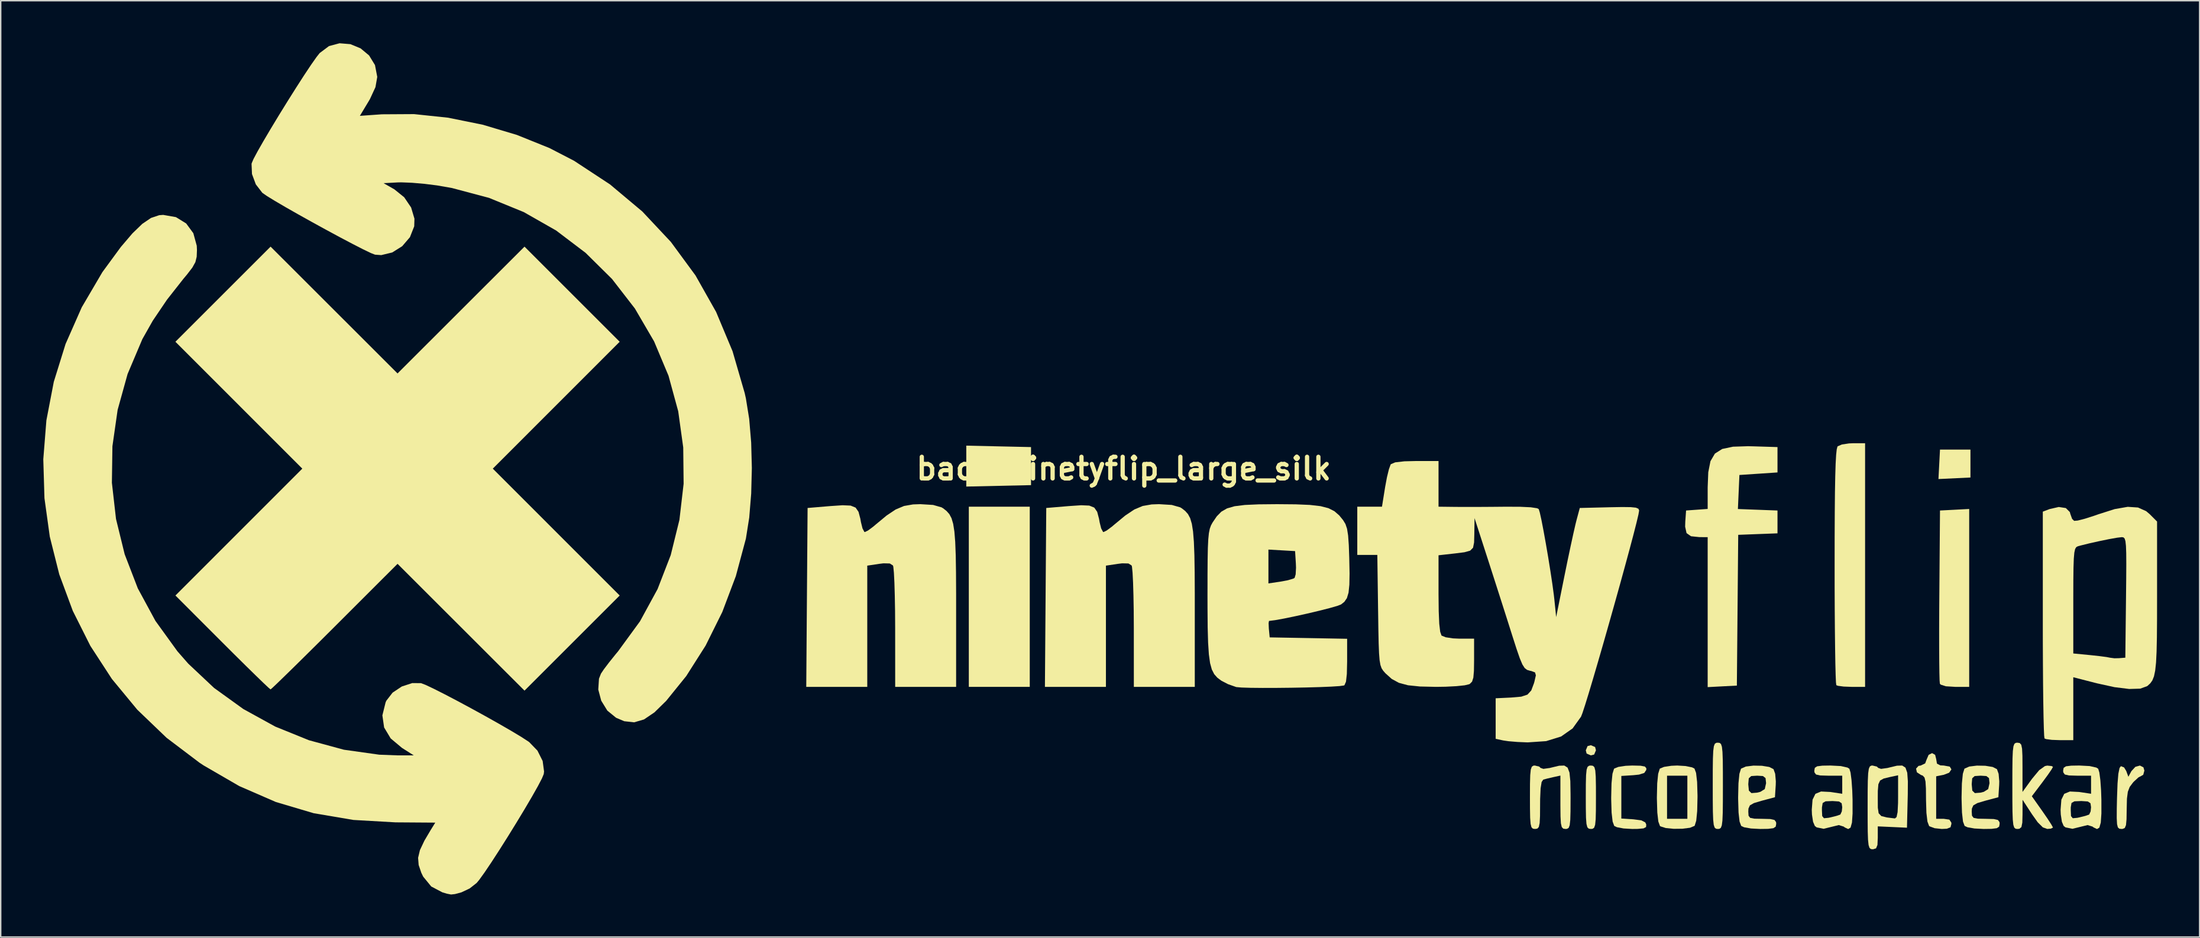
<source format=kicad_pcb>
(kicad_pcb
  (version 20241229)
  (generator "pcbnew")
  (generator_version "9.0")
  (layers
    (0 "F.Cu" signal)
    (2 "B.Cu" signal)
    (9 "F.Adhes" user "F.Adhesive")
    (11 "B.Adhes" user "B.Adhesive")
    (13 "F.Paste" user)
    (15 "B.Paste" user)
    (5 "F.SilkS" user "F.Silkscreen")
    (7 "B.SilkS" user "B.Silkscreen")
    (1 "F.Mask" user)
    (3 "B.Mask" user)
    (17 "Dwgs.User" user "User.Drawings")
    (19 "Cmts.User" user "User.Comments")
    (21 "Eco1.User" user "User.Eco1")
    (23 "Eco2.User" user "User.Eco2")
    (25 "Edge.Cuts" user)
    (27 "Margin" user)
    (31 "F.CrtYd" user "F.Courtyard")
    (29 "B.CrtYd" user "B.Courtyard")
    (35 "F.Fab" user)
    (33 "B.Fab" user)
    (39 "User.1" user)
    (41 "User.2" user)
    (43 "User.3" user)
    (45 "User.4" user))
  (footprint "back_ninetyflip_large_silk"
    (layer "F.Cu")
    (at 76.115 29.985)
    (property "Reference" "back_ninetyflip_large_silk" (at 0 0 0) (layer "F.SilkS") (effects (font (size 1.524 1.524) (thickness 0.3))))
    (attr through_hole)
    (fp_poly (pts (xy -6.618 15.383) (xy -10.911 15.383) (xy -10.911 2.683) (xy -6.618 2.683)) (stroke (width 0) (type solid)) (fill yes) (layer "F.SilkS"))
    (fp_poly (pts (xy 59.654 0.626) (xy 57.4 0.733) (xy 57.454 -0.304) (xy 57.508 -1.342) (xy 59.654 -1.342)) (stroke (width 0) (type solid)) (fill yes) (layer "F.SilkS"))
    (fp_poly (pts (xy -8.81 -1.57) (xy -6.529 -1.52) (xy -6.529 1.163) (xy -8.81 1.213) (xy -11.09 1.263) (xy -11.09 -1.621)) (stroke (width 0) (type solid)) (fill yes) (layer "F.SilkS"))
    (fp_poly (pts (xy 33.212 19.624) (xy 33.27 19.855) (xy 33.144 20.154) (xy 32.913 20.213) (xy 32.614 20.086) (xy 32.555 19.855) (xy 32.681 19.556) (xy 32.913 19.497)) (stroke (width 0) (type solid)) (fill yes) (layer "F.SilkS"))
    (fp_poly (pts (xy 59.565 15.383) (xy 58.575 15.383) (xy 57.919 15.342) (xy 57.554 15.224) (xy 57.5 15.158) (xy 57.48 14.931) (xy 57.465 14.39) (xy 57.455 13.578) (xy 57.45 12.539) (xy 57.449 11.315) (xy 57.454 9.952) (xy 57.461 8.942) (xy 57.508 2.951) (xy 58.536 2.898) (xy 59.565 2.844)) (stroke (width 0) (type solid)) (fill yes) (layer "F.SilkS"))
    (fp_poly (pts (xy 33.061 20.949) (xy 33.162 21.048) (xy 33.224 21.286) (xy 33.256 21.719) (xy 33.269 22.406) (xy 33.27 23.164) (xy 33.267 24.092) (xy 33.251 24.72) (xy 33.213 25.107) (xy 33.144 25.31) (xy 33.034 25.389) (xy 32.913 25.4) (xy 32.764 25.38) (xy 32.664 25.28) (xy 32.602 25.042) (xy 32.569 24.609) (xy 32.557 23.922) (xy 32.555 23.164) (xy 32.558 22.236) (xy 32.574 21.608) (xy 32.612 21.221) (xy 32.681 21.018) (xy 32.791 20.94) (xy 32.913 20.928)) (stroke (width 0) (type solid)) (fill yes) (layer "F.SilkS"))
    (fp_poly (pts (xy 52.231 15.383) (xy 51.277 15.383) (xy 50.72 15.362) (xy 50.321 15.309) (xy 50.204 15.264) (xy 50.179 15.066) (xy 50.157 14.546) (xy 50.136 13.741) (xy 50.119 12.685) (xy 50.104 11.416) (xy 50.093 9.968) (xy 50.086 8.379) (xy 50.085 6.893) (xy 50.087 4.819) (xy 50.095 3.081) (xy 50.108 1.657) (xy 50.129 0.522) (xy 50.156 -0.343) (xy 50.191 -0.963) (xy 50.233 -1.359) (xy 50.285 -1.554) (xy 50.299 -1.574) (xy 50.596 -1.702) (xy 51.102 -1.779) (xy 51.372 -1.789) (xy 52.231 -1.789)) (stroke (width 0) (type solid)) (fill yes) (layer "F.SilkS"))
    (fp_poly (pts (xy 41.987 19.334) (xy 42.081 19.415) (xy 42.145 19.612) (xy 42.184 19.973) (xy 42.205 20.549) (xy 42.213 21.391) (xy 42.214 22.359) (xy 42.212 23.467) (xy 42.203 24.267) (xy 42.18 24.81) (xy 42.137 25.144) (xy 42.069 25.321) (xy 41.97 25.389) (xy 41.856 25.4) (xy 41.726 25.384) (xy 41.632 25.303) (xy 41.568 25.107) (xy 41.529 24.745) (xy 41.508 24.169) (xy 41.5 23.327) (xy 41.499 22.359) (xy 41.5 21.251) (xy 41.51 20.451) (xy 41.533 19.909) (xy 41.576 19.574) (xy 41.643 19.398) (xy 41.742 19.329) (xy 41.856 19.318)) (stroke (width 0) (type solid)) (fill yes) (layer "F.SilkS"))
    (fp_poly (pts (xy 36.414 20.942) (xy 36.721 21) (xy 36.822 21.126) (xy 36.815 21.241) (xy 36.675 21.451) (xy 36.305 21.568) (xy 35.907 21.609) (xy 35.059 21.663) (xy 35.059 24.665) (xy 35.907 24.719) (xy 36.466 24.792) (xy 36.746 24.938) (xy 36.815 25.087) (xy 36.801 25.264) (xy 36.624 25.359) (xy 36.208 25.396) (xy 35.824 25.4) (xy 35.217 25.365) (xy 34.746 25.276) (xy 34.558 25.185) (xy 34.445 24.878) (xy 34.372 24.241) (xy 34.344 23.298) (xy 34.344 23.164) (xy 34.367 22.186) (xy 34.434 21.51) (xy 34.542 21.162) (xy 34.558 21.143) (xy 34.845 21.026) (xy 35.362 20.948) (xy 35.824 20.928)) (stroke (width 0) (type solid)) (fill yes) (layer "F.SilkS"))
    (fp_poly (pts (xy 44.37 -1.572) (xy 46.06 -1.52) (xy 46.06 0.268) (xy 44.718 0.358) (xy 43.377 0.447) (xy 43.271 2.847) (xy 44.666 2.899) (xy 46.06 2.951) (xy 46.06 4.561) (xy 44.676 4.613) (xy 43.293 4.666) (xy 43.245 9.98) (xy 43.198 15.294) (xy 42.169 15.347) (xy 41.141 15.401) (xy 41.141 4.83) (xy 40.56 4.827) (xy 39.967 4.766) (xy 39.653 4.544) (xy 39.553 4.091) (xy 39.564 3.739) (xy 39.62 2.951) (xy 40.381 2.896) (xy 41.141 2.841) (xy 41.141 1.322) (xy 41.183 0.255) (xy 41.337 -0.525) (xy 41.65 -1.059) (xy 42.164 -1.386) (xy 42.926 -1.547) (xy 43.979 -1.581)) (stroke (width 0) (type solid)) (fill yes) (layer "F.SilkS"))
    (fp_poly (pts (xy -38.861 -12.297) (xy -35.508 -8.944) (xy -44.447 0) (xy -39.978 4.472) (xy -35.508 8.944) (xy -38.861 12.297) (xy -42.213 15.649) (xy -51.158 6.71) (xy -55.586 11.136) (xy -56.62 12.167) (xy -57.573 13.112) (xy -58.416 13.944) (xy -59.121 14.633) (xy -59.656 15.152) (xy -59.994 15.47) (xy -60.105 15.562) (xy -60.25 15.441) (xy -60.613 15.099) (xy -61.16 14.569) (xy -61.857 13.886) (xy -62.669 13.082) (xy -63.5 12.253) (xy -66.806 8.943) (xy -62.337 4.472) (xy -57.868 0) (xy -66.807 -8.944) (xy -63.455 -12.297) (xy -60.102 -15.649) (xy -55.63 -11.18) (xy -51.158 -6.71) (xy -46.686 -11.18) (xy -42.213 -15.649)) (stroke (width 0) (type solid)) (fill yes) (layer "F.SilkS"))
    (fp_poly (pts (xy 71.841 21.055) (xy 71.907 21.286) (xy 71.829 21.577) (xy 71.72 21.644) (xy 71.487 21.767) (xy 71.158 22.07) (xy 71.099 22.136) (xy 70.873 22.438) (xy 70.742 22.778) (xy 70.679 23.26) (xy 70.661 23.991) (xy 70.661 24.014) (xy 70.65 24.713) (xy 70.612 25.128) (xy 70.527 25.331) (xy 70.377 25.396) (xy 70.292 25.4) (xy 70.14 25.382) (xy 70.039 25.288) (xy 69.982 25.06) (xy 69.96 24.639) (xy 69.963 23.965) (xy 69.979 23.223) (xy 70.016 22.2) (xy 70.074 21.504) (xy 70.157 21.104) (xy 70.253 20.973) (xy 70.475 21.06) (xy 70.628 21.309) (xy 70.78 21.72) (xy 70.992 21.324) (xy 71.271 21.021) (xy 71.593 20.93)) (stroke (width 0) (type solid)) (fill yes) (layer "F.SilkS"))
    (fp_poly (pts (xy 39.586 20.964) (xy 40.044 21.058) (xy 40.211 21.143) (xy 40.324 21.45) (xy 40.397 22.087) (xy 40.425 23.03) (xy 40.425 23.164) (xy 40.402 24.143) (xy 40.335 24.818) (xy 40.227 25.167) (xy 40.211 25.185) (xy 39.897 25.315) (xy 39.365 25.383) (xy 38.752 25.39) (xy 38.192 25.335) (xy 37.82 25.218) (xy 37.778 25.185) (xy 37.665 24.878) (xy 37.592 24.241) (xy 37.564 23.298) (xy 37.563 23.164) (xy 37.586 22.186) (xy 37.64 21.644) (xy 38.279 21.644) (xy 38.279 24.685) (xy 39.71 24.685) (xy 39.71 21.644) (xy 38.279 21.644) (xy 37.64 21.644) (xy 37.654 21.51) (xy 37.762 21.162) (xy 37.778 21.143) (xy 38.067 21.024) (xy 38.58 20.946) (xy 38.994 20.928)) (stroke (width 0) (type solid)) (fill yes) (layer "F.SilkS"))
    (fp_poly (pts (xy 57.166 20.175) (xy 57.239 20.468) (xy 57.295 20.796) (xy 57.534 20.917) (xy 57.776 20.928) (xy 58.199 21.006) (xy 58.313 21.201) (xy 58.152 21.435) (xy 57.776 21.581) (xy 57.239 21.688) (xy 57.239 24.685) (xy 57.776 24.685) (xy 58.169 24.741) (xy 58.307 24.95) (xy 58.313 25.042) (xy 58.249 25.281) (xy 57.995 25.383) (xy 57.633 25.4) (xy 57.132 25.347) (xy 56.775 25.215) (xy 56.739 25.185) (xy 56.624 24.88) (xy 56.551 24.26) (xy 56.524 23.365) (xy 56.524 23.328) (xy 56.517 22.548) (xy 56.487 22.055) (xy 56.418 21.776) (xy 56.297 21.641) (xy 56.166 21.592) (xy 55.881 21.405) (xy 55.822 21.147) (xy 55.994 20.956) (xy 56.154 20.928) (xy 56.464 20.777) (xy 56.556 20.528) (xy 56.708 20.175) (xy 56.951 20.054)) (stroke (width 0) (type solid)) (fill yes) (layer "F.SilkS"))
    (fp_poly (pts (xy 63.128 19.344) (xy 63.233 19.463) (xy 63.291 19.742) (xy 63.316 20.247) (xy 63.321 21.043) (xy 63.321 22.789) (xy 63.992 21.864) (xy 64.495 21.258) (xy 64.901 20.967) (xy 65.065 20.933) (xy 65.38 20.966) (xy 65.468 21.025) (xy 65.368 21.206) (xy 65.105 21.589) (xy 64.736 22.091) (xy 64.724 22.108) (xy 63.979 23.093) (xy 64.724 24.149) (xy 65.088 24.677) (xy 65.353 25.087) (xy 65.467 25.295) (xy 65.468 25.302) (xy 65.316 25.378) (xy 65.065 25.398) (xy 64.753 25.287) (xy 64.393 24.93) (xy 63.994 24.369) (xy 63.325 23.343) (xy 63.323 24.371) (xy 63.308 24.956) (xy 63.245 25.266) (xy 63.106 25.385) (xy 62.963 25.4) (xy 62.833 25.384) (xy 62.739 25.303) (xy 62.675 25.107) (xy 62.636 24.745) (xy 62.615 24.169) (xy 62.607 23.327) (xy 62.606 22.359) (xy 62.608 21.251) (xy 62.617 20.451) (xy 62.64 19.909) (xy 62.683 19.574) (xy 62.75 19.398) (xy 62.849 19.329) (xy 62.963 19.318)) (stroke (width 0) (type solid)) (fill yes) (layer "F.SilkS"))
    (fp_poly (pts (xy -13.427 2.559) (xy -12.836 2.727) (xy -12.721 2.796) (xy -12.479 2.986) (xy -12.284 3.206) (xy -12.13 3.495) (xy -12.013 3.892) (xy -11.928 4.434) (xy -11.87 5.158) (xy -11.833 6.105) (xy -11.814 7.31) (xy -11.806 8.814) (xy -11.806 9.832) (xy -11.806 15.383) (xy -16.099 15.383) (xy -16.101 11.224) (xy -16.108 10.03) (xy -16.127 8.95) (xy -16.154 8.036) (xy -16.189 7.343) (xy -16.23 6.923) (xy -16.255 6.827) (xy -16.478 6.685) (xy -16.927 6.675) (xy -17.236 6.713) (xy -18.066 6.838) (xy -18.066 15.383) (xy -22.364 15.383) (xy -22.317 9.078) (xy -22.27 2.773) (xy -20.66 2.638) (xy -19.807 2.581) (xy -19.239 2.605) (xy -18.887 2.747) (xy -18.682 3.044) (xy -18.553 3.533) (xy -18.511 3.773) (xy -18.401 4.214) (xy -18.272 4.456) (xy -18.236 4.472) (xy -18.015 4.363) (xy -17.648 4.091) (xy -17.491 3.958) (xy -16.706 3.307) (xy -16.065 2.879) (xy -15.475 2.632) (xy -14.843 2.522) (xy -14.325 2.504)) (stroke (width 0) (type solid)) (fill yes) (layer "F.SilkS"))
    (fp_poly (pts (xy 3.387 2.559) (xy 3.978 2.727) (xy 4.093 2.796) (xy 4.335 2.986) (xy 4.53 3.206) (xy 4.684 3.495) (xy 4.801 3.892) (xy 4.886 4.434) (xy 4.944 5.158) (xy 4.981 6.105) (xy 5 7.31) (xy 5.008 8.814) (xy 5.008 9.832) (xy 5.008 15.383) (xy 0.715 15.383) (xy 0.713 11.224) (xy 0.706 10.03) (xy 0.687 8.95) (xy 0.66 8.036) (xy 0.625 7.343) (xy 0.584 6.923) (xy 0.559 6.827) (xy 0.336 6.685) (xy -0.113 6.675) (xy -0.422 6.713) (xy -1.252 6.838) (xy -1.252 15.383) (xy -5.55 15.383) (xy -5.503 9.078) (xy -5.456 2.773) (xy -3.846 2.638) (xy -2.993 2.581) (xy -2.425 2.605) (xy -2.073 2.747) (xy -1.868 3.044) (xy -1.739 3.533) (xy -1.697 3.773) (xy -1.587 4.214) (xy -1.457 4.456) (xy -1.421 4.472) (xy -1.201 4.363) (xy -0.834 4.091) (xy -0.677 3.958) (xy 0.109 3.307) (xy 0.749 2.879) (xy 1.339 2.632) (xy 1.971 2.522) (xy 2.489 2.504)) (stroke (width 0) (type solid)) (fill yes) (layer "F.SilkS"))
    (fp_poly (pts (xy 29.276 21.004) (xy 29.365 21.095) (xy 29.566 21.164) (xy 30.018 21.101) (xy 30.157 21.066) (xy 30.677 20.942) (xy 31.039 20.93) (xy 31.272 21.075) (xy 31.405 21.424) (xy 31.465 22.024) (xy 31.481 22.921) (xy 31.482 23.248) (xy 31.478 24.155) (xy 31.461 24.764) (xy 31.421 25.134) (xy 31.347 25.324) (xy 31.23 25.392) (xy 31.124 25.4) (xy 30.964 25.376) (xy 30.861 25.264) (xy 30.801 24.999) (xy 30.774 24.518) (xy 30.766 23.759) (xy 30.766 23.518) (xy 30.766 21.637) (xy 30.274 21.745) (xy 29.829 21.849) (xy 29.559 21.921) (xy 29.443 22.091) (xy 29.371 22.535) (xy 29.338 23.288) (xy 29.335 23.695) (xy 29.33 24.486) (xy 29.304 24.986) (xy 29.245 25.261) (xy 29.138 25.377) (xy 28.977 25.4) (xy 28.829 25.38) (xy 28.728 25.28) (xy 28.667 25.042) (xy 28.634 24.609) (xy 28.622 23.922) (xy 28.62 23.164) (xy 28.623 22.235) (xy 28.64 21.606) (xy 28.679 21.219) (xy 28.749 21.015) (xy 28.858 20.938) (xy 28.963 20.928)) (stroke (width 0) (type solid)) (fill yes) (layer "F.SilkS"))
    (fp_poly (pts (xy 53.066 21.004) (xy 53.155 21.095) (xy 53.356 21.164) (xy 53.808 21.101) (xy 53.948 21.066) (xy 54.478 20.94) (xy 54.845 20.929) (xy 55.076 21.077) (xy 55.201 21.433) (xy 55.245 22.043) (xy 55.239 22.952) (xy 55.233 23.205) (xy 55.182 25.311) (xy 54.154 25.264) (xy 53.125 25.218) (xy 53.125 26.024) (xy 53.102 26.528) (xy 53.005 26.766) (xy 52.795 26.831) (xy 52.768 26.831) (xy 52.636 26.815) (xy 52.541 26.732) (xy 52.477 26.532) (xy 52.438 26.164) (xy 52.418 25.578) (xy 52.411 24.723) (xy 52.41 23.88) (xy 52.411 23.252) (xy 53.125 23.252) (xy 53.129 23.909) (xy 53.187 24.293) (xy 53.375 24.491) (xy 53.765 24.588) (xy 54.333 24.658) (xy 54.449 24.562) (xy 54.521 24.214) (xy 54.553 23.572) (xy 54.556 23.15) (xy 54.556 21.615) (xy 53.975 21.74) (xy 53.542 21.845) (xy 53.288 21.986) (xy 53.167 22.248) (xy 53.128 22.719) (xy 53.125 23.252) (xy 52.411 23.252) (xy 52.412 22.789) (xy 52.423 22.006) (xy 52.448 21.48) (xy 52.493 21.16) (xy 52.564 20.995) (xy 52.667 20.935) (xy 52.753 20.928)) (stroke (width 0) (type solid)) (fill yes) (layer "F.SilkS"))
    (fp_poly (pts (xy 44.961 20.945) (xy 45.48 21.03) (xy 45.78 21.183) (xy 45.897 21.51) (xy 45.943 22.043) (xy 45.936 22.3) (xy 45.881 23.163) (xy 44.942 23.413) (xy 44.397 23.576) (xy 44.116 23.737) (xy 44.014 23.963) (xy 44.003 24.174) (xy 44.021 24.466) (xy 44.136 24.618) (xy 44.435 24.675) (xy 44.987 24.685) (xy 45.555 24.7) (xy 45.851 24.767) (xy 45.96 24.917) (xy 45.97 25.042) (xy 45.933 25.238) (xy 45.768 25.346) (xy 45.394 25.392) (xy 44.844 25.4) (xy 44.196 25.367) (xy 43.705 25.28) (xy 43.502 25.185) (xy 43.388 24.878) (xy 43.316 24.241) (xy 43.288 23.298) (xy 43.287 23.164) (xy 43.308 22.27) (xy 44.003 22.27) (xy 44.045 22.698) (xy 44.224 22.872) (xy 44.621 22.841) (xy 44.852 22.783) (xy 45.163 22.59) (xy 45.255 22.178) (xy 45.255 22.159) (xy 45.218 21.813) (xy 45.034 21.67) (xy 44.629 21.644) (xy 44.209 21.671) (xy 44.037 21.828) (xy 44.003 22.222) (xy 44.003 22.27) (xy 43.308 22.27) (xy 43.31 22.186) (xy 43.377 21.51) (xy 43.486 21.162) (xy 43.502 21.143) (xy 43.833 20.999) (xy 44.366 20.934)) (stroke (width 0) (type solid)) (fill yes) (layer "F.SilkS"))
    (fp_poly (pts (xy 60.702 20.945) (xy 61.221 21.03) (xy 61.521 21.183) (xy 61.638 21.51) (xy 61.684 22.043) (xy 61.677 22.3) (xy 61.622 23.163) (xy 60.683 23.413) (xy 60.138 23.576) (xy 59.857 23.737) (xy 59.755 23.963) (xy 59.744 24.174) (xy 59.762 24.466) (xy 59.877 24.618) (xy 60.176 24.675) (xy 60.727 24.685) (xy 61.296 24.7) (xy 61.592 24.767) (xy 61.701 24.917) (xy 61.711 25.042) (xy 61.674 25.238) (xy 61.508 25.346) (xy 61.135 25.392) (xy 60.584 25.4) (xy 59.937 25.367) (xy 59.445 25.28) (xy 59.243 25.185) (xy 59.129 24.878) (xy 59.057 24.241) (xy 59.029 23.298) (xy 59.028 23.164) (xy 59.049 22.27) (xy 59.744 22.27) (xy 59.785 22.698) (xy 59.965 22.872) (xy 60.362 22.841) (xy 60.593 22.783) (xy 60.904 22.59) (xy 60.996 22.178) (xy 60.996 22.159) (xy 60.959 21.813) (xy 60.775 21.67) (xy 60.37 21.644) (xy 59.95 21.671) (xy 59.778 21.828) (xy 59.744 22.222) (xy 59.744 22.27) (xy 59.049 22.27) (xy 59.051 22.186) (xy 59.118 21.51) (xy 59.227 21.162) (xy 59.243 21.143) (xy 59.574 20.999) (xy 60.107 20.934)) (stroke (width 0) (type solid)) (fill yes) (layer "F.SilkS"))
    (fp_poly (pts (xy 50.521 20.966) (xy 50.995 21.073) (xy 51.125 21.157) (xy 51.206 21.422) (xy 51.276 21.96) (xy 51.327 22.687) (xy 51.349 23.341) (xy 51.35 24.305) (xy 51.307 24.948) (xy 51.208 25.304) (xy 51.041 25.406) (xy 50.797 25.29) (xy 50.726 25.234) (xy 50.378 25.126) (xy 50.005 25.217) (xy 49.309 25.388) (xy 48.819 25.287) (xy 48.689 25.185) (xy 48.566 24.893) (xy 48.488 24.383) (xy 48.476 24.073) (xy 49.19 24.073) (xy 49.21 24.494) (xy 49.334 24.644) (xy 49.661 24.612) (xy 49.771 24.588) (xy 50.21 24.48) (xy 50.48 24.388) (xy 50.487 24.385) (xy 50.59 24.165) (xy 50.621 23.869) (xy 50.58 23.587) (xy 50.391 23.462) (xy 49.953 23.432) (xy 49.906 23.432) (xy 49.448 23.451) (xy 49.244 23.569) (xy 49.192 23.877) (xy 49.19 24.073) (xy 48.476 24.073) (xy 48.475 24.045) (xy 48.53 23.336) (xy 48.731 22.924) (xy 49.13 22.759) (xy 49.781 22.792) (xy 49.815 22.797) (xy 50.621 22.918) (xy 50.621 21.644) (xy 49.637 21.644) (xy 49.069 21.628) (xy 48.773 21.561) (xy 48.664 21.411) (xy 48.654 21.286) (xy 48.69 21.091) (xy 48.854 20.983) (xy 49.225 20.937) (xy 49.794 20.928)) (stroke (width 0) (type solid)) (fill yes) (layer "F.SilkS"))
    (fp_poly (pts (xy 68.051 20.966) (xy 68.525 21.073) (xy 68.655 21.157) (xy 68.735 21.422) (xy 68.806 21.96) (xy 68.857 22.687) (xy 68.879 23.341) (xy 68.88 24.305) (xy 68.836 24.948) (xy 68.737 25.304) (xy 68.571 25.406) (xy 68.327 25.29) (xy 68.256 25.234) (xy 67.908 25.126) (xy 67.535 25.217) (xy 66.839 25.388) (xy 66.348 25.287) (xy 66.219 25.185) (xy 66.096 24.893) (xy 66.018 24.383) (xy 66.005 24.073) (xy 66.72 24.073) (xy 66.739 24.494) (xy 66.863 24.644) (xy 67.19 24.612) (xy 67.301 24.588) (xy 67.74 24.48) (xy 68.01 24.388) (xy 68.017 24.385) (xy 68.12 24.165) (xy 68.151 23.869) (xy 68.11 23.587) (xy 67.921 23.462) (xy 67.483 23.432) (xy 67.435 23.432) (xy 66.977 23.451) (xy 66.774 23.569) (xy 66.721 23.877) (xy 66.72 24.073) (xy 66.005 24.073) (xy 66.004 24.045) (xy 66.059 23.336) (xy 66.26 22.924) (xy 66.659 22.759) (xy 67.31 22.792) (xy 67.344 22.797) (xy 68.151 22.918) (xy 68.151 21.644) (xy 67.167 21.644) (xy 66.598 21.628) (xy 66.302 21.561) (xy 66.194 21.411) (xy 66.183 21.286) (xy 66.22 21.091) (xy 66.384 20.983) (xy 66.754 20.937) (xy 67.324 20.928)) (stroke (width 0) (type solid)) (fill yes) (layer "F.SilkS"))
    (fp_poly (pts (xy 71.459 2.74) (xy 72.032 2.997) (xy 72.279 3.206) (xy 72.801 3.729) (xy 72.801 9.031) (xy 72.799 10.628) (xy 72.789 11.907) (xy 72.767 12.907) (xy 72.729 13.67) (xy 72.669 14.235) (xy 72.584 14.641) (xy 72.47 14.928) (xy 72.321 15.137) (xy 72.134 15.308) (xy 72.101 15.333) (xy 71.615 15.509) (xy 70.838 15.532) (xy 69.802 15.404) (xy 68.553 15.13) (xy 66.899 14.705) (xy 66.899 19.139) (xy 65.945 19.139) (xy 65.388 19.119) (xy 64.989 19.066) (xy 64.871 19.02) (xy 64.847 18.822) (xy 64.824 18.303) (xy 64.803 17.499) (xy 64.785 16.448) (xy 64.77 15.185) (xy 64.76 13.748) (xy 64.753 12.174) (xy 64.752 10.966) (xy 64.752 9.299) (xy 66.899 9.299) (xy 66.899 13.029) (xy 68.106 13.146) (xy 68.744 13.215) (xy 69.243 13.281) (xy 69.492 13.329) (xy 69.797 13.368) (xy 70.118 13.361) (xy 70.565 13.326) (xy 70.613 9.078) (xy 70.627 7.739) (xy 70.633 6.716) (xy 70.628 5.965) (xy 70.609 5.446) (xy 70.573 5.115) (xy 70.517 4.93) (xy 70.438 4.849) (xy 70.332 4.83) (xy 70.312 4.83) (xy 69.98 4.869) (xy 69.413 4.97) (xy 68.722 5.112) (xy 68.019 5.269) (xy 67.416 5.419) (xy 67.212 5.476) (xy 67.107 5.534) (xy 67.028 5.668) (xy 66.972 5.923) (xy 66.935 6.346) (xy 66.913 6.982) (xy 66.902 7.876) (xy 66.899 9.075) (xy 66.899 9.299) (xy 64.752 9.299) (xy 64.752 3.032) (xy 65.234 2.849) (xy 65.875 2.703) (xy 66.373 2.779) (xy 66.656 3.061) (xy 66.689 3.186) (xy 66.817 3.542) (xy 66.96 3.681) (xy 67.214 3.659) (xy 67.712 3.532) (xy 68.363 3.324) (xy 68.65 3.223) (xy 69.814 2.852) (xy 70.735 2.692)) (stroke (width 0) (type solid)) (fill yes) (layer "F.SilkS"))
    (fp_poly (pts (xy 12.12 2.516) (xy 13.117 2.558) (xy 13.866 2.644) (xy 14.425 2.788) (xy 14.848 3.003) (xy 15.191 3.304) (xy 15.46 3.635) (xy 15.623 3.904) (xy 15.736 4.239) (xy 15.81 4.712) (xy 15.859 5.4) (xy 15.89 6.289) (xy 15.912 7.386) (xy 15.898 8.185) (xy 15.84 8.745) (xy 15.725 9.127) (xy 15.545 9.389) (xy 15.312 9.574) (xy 15.037 9.679) (xy 14.494 9.834) (xy 13.766 10.019) (xy 12.937 10.215) (xy 12.089 10.403) (xy 11.307 10.565) (xy 10.673 10.68) (xy 10.271 10.731) (xy 10.237 10.732) (xy 10.209 10.888) (xy 10.225 11.268) (xy 10.229 11.314) (xy 10.285 11.895) (xy 13.013 11.944) (xy 15.741 11.994) (xy 15.741 13.605) (xy 15.721 14.472) (xy 15.661 15.015) (xy 15.554 15.264) (xy 15.517 15.285) (xy 15.209 15.328) (xy 14.613 15.366) (xy 13.8 15.399) (xy 12.84 15.426) (xy 11.804 15.445) (xy 10.762 15.456) (xy 9.784 15.458) (xy 8.941 15.45) (xy 8.303 15.43) (xy 7.94 15.398) (xy 7.92 15.394) (xy 7.346 15.191) (xy 6.876 14.946) (xy 6.597 14.737) (xy 6.377 14.489) (xy 6.209 14.16) (xy 6.085 13.707) (xy 6 13.089) (xy 5.946 12.263) (xy 5.916 11.188) (xy 5.905 9.821) (xy 5.903 8.905) (xy 5.905 8.09) (xy 10.196 8.09) (xy 11.045 7.965) (xy 11.576 7.865) (xy 11.953 7.751) (xy 12.04 7.702) (xy 12.114 7.455) (xy 12.14 6.984) (xy 12.129 6.688) (xy 12.074 5.813) (xy 11.135 5.759) (xy 10.196 5.705) (xy 10.196 8.09) (xy 5.905 8.09) (xy 5.905 7.505) (xy 5.913 6.416) (xy 5.929 5.591) (xy 5.958 4.985) (xy 6.002 4.549) (xy 6.064 4.238) (xy 6.148 4.005) (xy 6.258 3.802) (xy 6.26 3.799) (xy 6.556 3.363) (xy 6.877 3.036) (xy 7.277 2.804) (xy 7.811 2.65) (xy 8.535 2.56) (xy 9.504 2.517) (xy 10.773 2.505) (xy 10.822 2.505)) (stroke (width 0) (type solid)) (fill yes) (layer "F.SilkS"))
    (fp_poly (pts (xy -66.77 -17.729) (xy -66.048 -17.283) (xy -65.544 -16.595) (xy -65.303 -15.711) (xy -65.289 -15.41) (xy -65.308 -14.936) (xy -65.4 -14.558) (xy -65.613 -14.173) (xy -65.996 -13.676) (xy -66.243 -13.381) (xy -67.399 -11.911) (xy -68.404 -10.425) (xy -69.136 -9.129) (xy -70.177 -6.669) (xy -70.878 -4.142) (xy -71.245 -1.577) (xy -71.282 0.995) (xy -70.993 3.543) (xy -70.382 6.035) (xy -69.455 8.442) (xy -68.214 10.733) (xy -66.665 12.876) (xy -65.903 13.746) (xy -64.083 15.459) (xy -62.023 16.945) (xy -59.778 18.181) (xy -57.398 19.146) (xy -54.938 19.814) (xy -52.45 20.164) (xy -51.167 20.212) (xy -50.014 20.213) (xy -50.845 19.686) (xy -51.641 19.018) (xy -52.104 18.246) (xy -52.226 17.392) (xy -52 16.477) (xy -51.946 16.357) (xy -51.507 15.79) (xy -50.855 15.355) (xy -50.12 15.116) (xy -49.506 15.122) (xy -49.18 15.245) (xy -48.604 15.518) (xy -47.836 15.906) (xy -46.932 16.38) (xy -45.953 16.907) (xy -44.956 17.455) (xy -43.998 17.994) (xy -43.14 18.49) (xy -42.438 18.912) (xy -41.95 19.229) (xy -41.882 19.278) (xy -41.301 19.878) (xy -40.935 20.607) (xy -40.835 21.35) (xy -40.859 21.533) (xy -40.986 21.84) (xy -41.275 22.392) (xy -41.693 23.132) (xy -42.207 24.006) (xy -42.783 24.959) (xy -43.386 25.936) (xy -43.983 26.881) (xy -44.54 27.741) (xy -45.024 28.46) (xy -45.4 28.983) (xy -45.58 29.202) (xy -46.078 29.594) (xy -46.652 29.865) (xy -46.676 29.872) (xy -47.114 29.99) (xy -47.389 30.02) (xy -47.683 29.962) (xy -48.002 29.867) (xy -48.784 29.455) (xy -49.353 28.759) (xy -49.483 28.491) (xy -49.671 27.938) (xy -49.71 27.433) (xy -49.581 26.891) (xy -49.267 26.226) (xy -48.835 25.494) (xy -48.501 24.953) (xy -51.305 24.934) (xy -54.268 24.764) (xy -57.065 24.29) (xy -59.731 23.499) (xy -62.303 22.38) (xy -64.819 20.922) (xy -65.105 20.733) (xy -67.432 18.971) (xy -69.493 16.993) (xy -71.283 14.825) (xy -72.799 12.494) (xy -74.036 10.028) (xy -74.99 7.452) (xy -75.657 4.795) (xy -76.033 2.082) (xy -76.115 -0.66) (xy -75.897 -3.403) (xy -75.375 -6.121) (xy -74.547 -8.786) (xy -73.406 -11.373) (xy -71.951 -13.854) (xy -70.655 -15.622) (xy -69.837 -16.582) (xy -69.141 -17.255) (xy -68.526 -17.672) (xy -67.951 -17.865) (xy -67.668 -17.887)) (stroke (width 0) (type solid)) (fill yes) (layer "F.SilkS"))
    (fp_poly (pts (xy -54.479 -29.922) (xy -53.761 -29.626) (xy -53.161 -29.125) (xy -52.747 -28.448) (xy -52.589 -27.623) (xy -52.589 -27.604) (xy -52.714 -26.891) (xy -53.104 -26.047) (xy -53.2 -25.884) (xy -53.811 -24.869) (xy -52.261 -24.978) (xy -49.997 -24.991) (xy -47.601 -24.739) (xy -45.156 -24.243) (xy -42.747 -23.523) (xy -40.456 -22.599) (xy -38.726 -21.704) (xy -36.191 -20.037) (xy -33.913 -18.126) (xy -31.902 -15.982) (xy -30.166 -13.618) (xy -28.715 -11.047) (xy -27.557 -8.279) (xy -26.701 -5.329) (xy -26.617 -4.953) (xy -26.384 -3.509) (xy -26.244 -1.834) (xy -26.197 -0.04) (xy -26.243 1.758) (xy -26.381 3.448) (xy -26.613 4.915) (xy -26.621 4.953) (xy -27.326 7.58) (xy -28.279 10.106) (xy -29.454 12.474) (xy -30.819 14.623) (xy -32.23 16.368) (xy -33.059 17.181) (xy -33.796 17.68) (xy -34.49 17.883) (xy -35.188 17.805) (xy -35.764 17.56) (xy -36.379 17.056) (xy -36.808 16.359) (xy -37.016 15.575) (xy -36.967 14.808) (xy -36.828 14.452) (xy -36.625 14.148) (xy -36.257 13.662) (xy -35.791 13.081) (xy -35.621 12.877) (xy -34.077 10.762) (xy -32.839 8.49) (xy -31.912 6.095) (xy -31.299 3.61) (xy -31.004 1.069) (xy -31.031 -1.493) (xy -31.384 -4.042) (xy -32.067 -6.546) (xy -33.083 -8.968) (xy -34.436 -11.286) (xy -36.051 -13.373) (xy -37.909 -15.211) (xy -39.986 -16.787) (xy -42.263 -18.084) (xy -44.717 -19.088) (xy -47.327 -19.782) (xy -48.369 -19.964) (xy -49.262 -20.076) (xy -50.151 -20.152) (xy -50.894 -20.181) (xy -51.141 -20.176) (xy -52.142 -20.123) (xy -51.381 -19.688) (xy -50.689 -19.129) (xy -50.201 -18.408) (xy -49.967 -17.62) (xy -49.983 -17.082) (xy -50.285 -16.315) (xy -50.83 -15.68) (xy -51.532 -15.238) (xy -52.305 -15.052) (xy -52.744 -15.083) (xy -53.036 -15.197) (xy -53.581 -15.459) (xy -54.324 -15.84) (xy -55.209 -16.307) (xy -56.18 -16.831) (xy -57.181 -17.381) (xy -58.156 -17.925) (xy -59.05 -18.434) (xy -59.805 -18.877) (xy -60.367 -19.222) (xy -60.679 -19.44) (xy -60.688 -19.448) (xy -61.143 -20.039) (xy -61.413 -20.767) (xy -61.443 -21.476) (xy -61.433 -21.528) (xy -61.308 -21.823) (xy -61.02 -22.363) (xy -60.603 -23.094) (xy -60.09 -23.962) (xy -59.515 -24.913) (xy -58.91 -25.892) (xy -58.309 -26.846) (xy -57.747 -27.72) (xy -57.255 -28.46) (xy -56.867 -29.012) (xy -56.645 -29.294) (xy -55.99 -29.785) (xy -55.245 -29.985)) (stroke (width 0) (type solid)) (fill yes) (layer "F.SilkS"))
    (fp_poly (pts (xy 22.18 2.683) (xy 23.388 2.697) (xy 24.059 2.7) (xy 24.964 2.699) (xy 25.976 2.693) (xy 26.858 2.685) (xy 27.911 2.688) (xy 28.676 2.724) (xy 29.127 2.792) (xy 29.239 2.85) (xy 29.316 3.102) (xy 29.434 3.638) (xy 29.579 4.388) (xy 29.74 5.282) (xy 29.906 6.251) (xy 30.062 7.223) (xy 30.199 8.13) (xy 30.303 8.901) (xy 30.343 9.251) (xy 30.467 10.464) (xy 31.061 7.513) (xy 31.277 6.453) (xy 31.49 5.446) (xy 31.68 4.574) (xy 31.829 3.92) (xy 31.892 3.667) (xy 32.131 2.773) (xy 34.221 2.722) (xy 35.122 2.706) (xy 35.724 2.714) (xy 36.084 2.751) (xy 36.261 2.826) (xy 36.311 2.944) (xy 36.311 2.959) (xy 36.263 3.239) (xy 36.126 3.816) (xy 35.915 4.644) (xy 35.641 5.678) (xy 35.317 6.872) (xy 34.958 8.18) (xy 34.574 9.555) (xy 34.18 10.953) (xy 33.789 12.327) (xy 33.412 13.631) (xy 33.064 14.819) (xy 32.757 15.846) (xy 32.504 16.666) (xy 32.318 17.233) (xy 32.219 17.486) (xy 31.627 18.312) (xy 30.813 18.883) (xy 29.76 19.209) (xy 28.459 19.297) (xy 27.751 19.268) (xy 27.109 19.215) (xy 26.742 19.161) (xy 26.205 19.046) (xy 26.205 16.188) (xy 27.308 16.135) (xy 28.008 16.074) (xy 28.446 15.929) (xy 28.713 15.636) (xy 28.903 15.129) (xy 28.939 14.999) (xy 29.037 14.57) (xy 28.979 14.365) (xy 28.717 14.267) (xy 28.622 14.248) (xy 28.418 14.186) (xy 28.248 14.055) (xy 28.087 13.802) (xy 27.905 13.37) (xy 27.675 12.704) (xy 27.375 11.77) (xy 27.045 10.727) (xy 26.646 9.476) (xy 26.221 8.15) (xy 25.814 6.883) (xy 25.671 6.439) (xy 24.717 3.488) (xy 24.701 4.612) (xy 24.685 5.206) (xy 24.612 5.574) (xy 24.409 5.781) (xy 24.006 5.894) (xy 23.329 5.979) (xy 23.209 5.992) (xy 22.18 6.107) (xy 22.18 8.831) (xy 22.193 10.053) (xy 22.231 10.937) (xy 22.297 11.501) (xy 22.391 11.766) (xy 22.395 11.77) (xy 22.682 11.887) (xy 23.197 11.965) (xy 23.647 11.985) (xy 24.685 11.985) (xy 24.685 13.499) (xy 24.674 14.255) (xy 24.633 14.732) (xy 24.545 15.01) (xy 24.394 15.166) (xy 24.339 15.198) (xy 24.024 15.273) (xy 23.442 15.334) (xy 22.681 15.373) (xy 22.007 15.383) (xy 20.876 15.358) (xy 20.026 15.27) (xy 19.386 15.098) (xy 18.881 14.823) (xy 18.439 14.425) (xy 18.424 14.408) (xy 18.278 14.242) (xy 18.167 14.068) (xy 18.086 13.838) (xy 18.028 13.5) (xy 17.989 13.007) (xy 17.962 12.308) (xy 17.942 11.353) (xy 17.924 10.093) (xy 17.922 10.003) (xy 17.868 6.082) (xy 16.456 6.082) (xy 16.456 2.683) (xy 18.196 2.683) (xy 18.418 1.297) (xy 18.546 0.608) (xy 18.683 0.047) (xy 18.803 -0.285) (xy 18.822 -0.313) (xy 19.126 -0.443) (xy 19.779 -0.517) (xy 20.592 -0.537) (xy 22.18 -0.537)) (stroke (width 0) (type solid)) (fill yes) (layer "F.SilkS")))
  (gr_rect
    (start -3 -3)
    (end 151.916 63.005)
    (stroke (width 0.1) (type default))
    (fill no)
    (layer "Edge.Cuts")))
</source>
